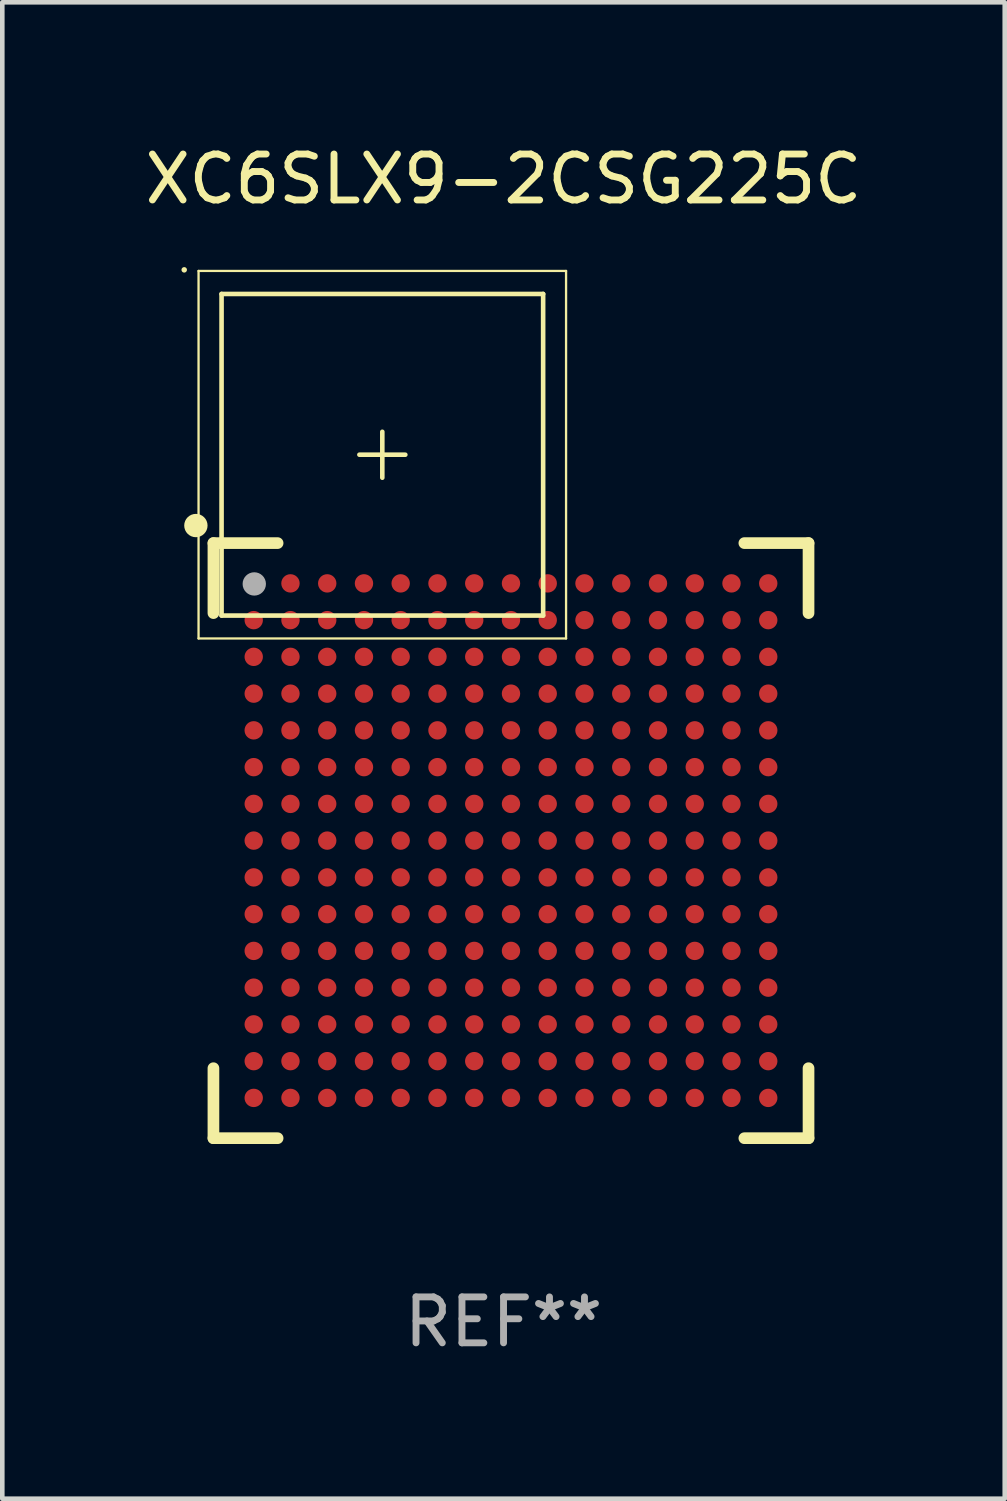
<source format=kicad_pcb>
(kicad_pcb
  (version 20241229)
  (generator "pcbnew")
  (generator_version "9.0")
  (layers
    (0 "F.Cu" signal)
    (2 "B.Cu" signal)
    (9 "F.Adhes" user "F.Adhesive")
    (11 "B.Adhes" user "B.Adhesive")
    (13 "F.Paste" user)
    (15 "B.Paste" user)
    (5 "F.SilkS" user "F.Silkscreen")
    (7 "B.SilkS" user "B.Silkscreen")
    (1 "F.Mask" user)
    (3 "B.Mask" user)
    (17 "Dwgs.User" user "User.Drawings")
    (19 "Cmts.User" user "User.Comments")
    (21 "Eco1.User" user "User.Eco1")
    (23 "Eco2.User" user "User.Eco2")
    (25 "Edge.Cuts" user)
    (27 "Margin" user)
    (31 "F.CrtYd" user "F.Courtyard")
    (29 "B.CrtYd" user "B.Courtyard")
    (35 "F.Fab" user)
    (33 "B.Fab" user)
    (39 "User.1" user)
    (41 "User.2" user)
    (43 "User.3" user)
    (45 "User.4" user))
  (footprint "XC6SLX9-2CSG225C"
    (layer "F.Cu")
    (at 7.911 12.287)
    (property "Reference" "XC6SLX9-2CSG225C" (at 0 -11.439 0) (layer "F.SilkS") (effects (font (size 1 1) (thickness 0.15))))
    (attr through_hole)
    (fp_line (start -6.639 -9.439) (end -6.639 -1.439) (stroke (width 0.05) (type solid)) (layer "F.SilkS"))
    (fp_line (start -6.639 -1.439) (end 1.361 -1.439) (stroke (width 0.05) (type solid)) (layer "F.SilkS"))
    (fp_line (start -6.315 -3.515) (end -4.918 -3.515) (stroke (width 0.254) (type solid)) (layer "F.SilkS"))
    (fp_line (start -6.315 -1.991) (end -6.315 -3.515) (stroke (width 0.254) (type solid)) (layer "F.SilkS"))
    (fp_line (start -6.315 7.915) (end -6.315 9.439) (stroke (width 0.254) (type solid)) (layer "F.SilkS"))
    (fp_line (start -6.315 9.439) (end -4.918 9.439) (stroke (width 0.254) (type solid)) (layer "F.SilkS"))
    (fp_line (start -6.138 -8.938) (end -6.138 -1.938) (stroke (width 0.1) (type solid)) (layer "F.SilkS"))
    (fp_line (start -6.138 -1.938) (end 0.862 -1.938) (stroke (width 0.1) (type solid)) (layer "F.SilkS"))
    (fp_line (start -3.138 -5.439) (end -2.138 -5.439) (stroke (width 0.1) (type solid)) (layer "F.SilkS"))
    (fp_line (start -2.639 -4.938) (end -2.639 -5.938) (stroke (width 0.1) (type solid)) (layer "F.SilkS"))
    (fp_line (start 0.862 -8.938) (end -6.138 -8.938) (stroke (width 0.1) (type solid)) (layer "F.SilkS"))
    (fp_line (start 0.862 -1.938) (end 0.862 -8.938) (stroke (width 0.1) (type solid)) (layer "F.SilkS"))
    (fp_line (start 1.361 -9.439) (end -6.639 -9.439) (stroke (width 0.05) (type solid)) (layer "F.SilkS"))
    (fp_line (start 1.361 -1.439) (end 1.361 -9.439) (stroke (width 0.05) (type solid)) (layer "F.SilkS"))
    (fp_line (start 6.639 -3.515) (end 5.242 -3.515) (stroke (width 0.254) (type solid)) (layer "F.SilkS"))
    (fp_line (start 6.639 -1.991) (end 6.639 -3.515) (stroke (width 0.254) (type solid)) (layer "F.SilkS"))
    (fp_line (start 6.639 7.915) (end 6.639 9.439) (stroke (width 0.254) (type solid)) (layer "F.SilkS"))
    (fp_line (start 6.639 9.439) (end 5.242 9.439) (stroke (width 0.254) (type solid)) (layer "F.SilkS"))
    (fp_circle (center -6.951 -9.463) (end -6.921 -9.463) (stroke (width 0.06) (type solid)) (fill no) (layer "F.SilkS"))
    (fp_circle (center -6.697 -3.897) (end -6.57 -3.897) (stroke (width 0.254) (type solid)) (fill no) (layer "F.SilkS"))
    (fp_circle (center -5.426 -2.626) (end -5.299 -2.626) (stroke (width 0.254) (type solid)) (fill no) (layer "F.Fab"))
    (fp_text user "REF**" (at 0 13.439 0) (layer "F.Fab") (effects (font (size 1 1) (thickness 0.15))))
    (pad "A1" smd circle (at -5.438 -2.638) (size 0.4 0.4) (layers "F.Cu" "F.Mask" "F.Paste"))
    (pad "A2" smd circle (at -4.638 -2.638) (size 0.4 0.4) (layers "F.Cu" "F.Mask" "F.Paste"))
    (pad "A3" smd circle (at -3.838 -2.638) (size 0.4 0.4) (layers "F.Cu" "F.Mask" "F.Paste"))
    (pad "A4" smd circle (at -3.038 -2.638) (size 0.4 0.4) (layers "F.Cu" "F.Mask" "F.Paste"))
    (pad "A5" smd circle (at -2.239 -2.638) (size 0.4 0.4) (layers "F.Cu" "F.Mask" "F.Paste"))
    (pad "A6" smd circle (at -1.438 -2.638) (size 0.4 0.4) (layers "F.Cu" "F.Mask" "F.Paste"))
    (pad "A7" smd circle (at -0.638 -2.638) (size 0.4 0.4) (layers "F.Cu" "F.Mask" "F.Paste"))
    (pad "A8" smd circle (at 0.162 -2.638) (size 0.4 0.4) (layers "F.Cu" "F.Mask" "F.Paste"))
    (pad "A9" smd circle (at 0.962 -2.638) (size 0.4 0.4) (layers "F.Cu" "F.Mask" "F.Paste"))
    (pad "A10" smd circle (at 1.762 -2.638) (size 0.4 0.4) (layers "F.Cu" "F.Mask" "F.Paste"))
    (pad "A11" smd circle (at 2.562 -2.638) (size 0.4 0.4) (layers "F.Cu" "F.Mask" "F.Paste"))
    (pad "A12" smd circle (at 3.362 -2.638) (size 0.4 0.4) (layers "F.Cu" "F.Mask" "F.Paste"))
    (pad "A13" smd circle (at 4.162 -2.638) (size 0.4 0.4) (layers "F.Cu" "F.Mask" "F.Paste"))
    (pad "A14" smd circle (at 4.962 -2.638) (size 0.4 0.4) (layers "F.Cu" "F.Mask" "F.Paste"))
    (pad "A15" smd circle (at 5.762 -2.638) (size 0.4 0.4) (layers "F.Cu" "F.Mask" "F.Paste"))
    (pad "B1" smd circle (at -5.438 -1.838) (size 0.4 0.4) (layers "F.Cu" "F.Mask" "F.Paste"))
    (pad "B2" smd circle (at -4.638 -1.838) (size 0.4 0.4) (layers "F.Cu" "F.Mask" "F.Paste"))
    (pad "B3" smd circle (at -3.838 -1.838) (size 0.4 0.4) (layers "F.Cu" "F.Mask" "F.Paste"))
    (pad "B4" smd circle (at -3.038 -1.838) (size 0.4 0.4) (layers "F.Cu" "F.Mask" "F.Paste"))
    (pad "B5" smd circle (at -2.239 -1.838) (size 0.4 0.4) (layers "F.Cu" "F.Mask" "F.Paste"))
    (pad "B6" smd circle (at -1.438 -1.838) (size 0.4 0.4) (layers "F.Cu" "F.Mask" "F.Paste"))
    (pad "B7" smd circle (at -0.638 -1.838) (size 0.4 0.4) (layers "F.Cu" "F.Mask" "F.Paste"))
    (pad "B8" smd circle (at 0.162 -1.838) (size 0.4 0.4) (layers "F.Cu" "F.Mask" "F.Paste"))
    (pad "B9" smd circle (at 0.962 -1.838) (size 0.4 0.4) (layers "F.Cu" "F.Mask" "F.Paste"))
    (pad "B10" smd circle (at 1.762 -1.838) (size 0.4 0.4) (layers "F.Cu" "F.Mask" "F.Paste"))
    (pad "B11" smd circle (at 2.562 -1.838) (size 0.4 0.4) (layers "F.Cu" "F.Mask" "F.Paste"))
    (pad "B12" smd circle (at 3.362 -1.838) (size 0.4 0.4) (layers "F.Cu" "F.Mask" "F.Paste"))
    (pad "B13" smd circle (at 4.162 -1.838) (size 0.4 0.4) (layers "F.Cu" "F.Mask" "F.Paste"))
    (pad "B14" smd circle (at 4.962 -1.838) (size 0.4 0.4) (layers "F.Cu" "F.Mask" "F.Paste"))
    (pad "B15" smd circle (at 5.762 -1.838) (size 0.4 0.4) (layers "F.Cu" "F.Mask" "F.Paste"))
    (pad "C1" smd circle (at -5.438 -1.039) (size 0.4 0.4) (layers "F.Cu" "F.Mask" "F.Paste"))
    (pad "C2" smd circle (at -4.638 -1.039) (size 0.4 0.4) (layers "F.Cu" "F.Mask" "F.Paste"))
    (pad "C3" smd circle (at -3.838 -1.039) (size 0.4 0.4) (layers "F.Cu" "F.Mask" "F.Paste"))
    (pad "C4" smd circle (at -3.038 -1.039) (size 0.4 0.4) (layers "F.Cu" "F.Mask" "F.Paste"))
    (pad "C5" smd circle (at -2.239 -1.039) (size 0.4 0.4) (layers "F.Cu" "F.Mask" "F.Paste"))
    (pad "C6" smd circle (at -1.438 -1.039) (size 0.4 0.4) (layers "F.Cu" "F.Mask" "F.Paste"))
    (pad "C7" smd circle (at -0.638 -1.039) (size 0.4 0.4) (layers "F.Cu" "F.Mask" "F.Paste"))
    (pad "C8" smd circle (at 0.162 -1.039) (size 0.4 0.4) (layers "F.Cu" "F.Mask" "F.Paste"))
    (pad "C9" smd circle (at 0.962 -1.039) (size 0.4 0.4) (layers "F.Cu" "F.Mask" "F.Paste"))
    (pad "C10" smd circle (at 1.762 -1.039) (size 0.4 0.4) (layers "F.Cu" "F.Mask" "F.Paste"))
    (pad "C11" smd circle (at 2.562 -1.039) (size 0.4 0.4) (layers "F.Cu" "F.Mask" "F.Paste"))
    (pad "C12" smd circle (at 3.362 -1.039) (size 0.4 0.4) (layers "F.Cu" "F.Mask" "F.Paste"))
    (pad "C13" smd circle (at 4.162 -1.039) (size 0.4 0.4) (layers "F.Cu" "F.Mask" "F.Paste"))
    (pad "C14" smd circle (at 4.962 -1.039) (size 0.4 0.4) (layers "F.Cu" "F.Mask" "F.Paste"))
    (pad "C15" smd circle (at 5.762 -1.039) (size 0.4 0.4) (layers "F.Cu" "F.Mask" "F.Paste"))
    (pad "D1" smd circle (at -5.438 -0.238) (size 0.4 0.4) (layers "F.Cu" "F.Mask" "F.Paste"))
    (pad "D2" smd circle (at -4.638 -0.238) (size 0.4 0.4) (layers "F.Cu" "F.Mask" "F.Paste"))
    (pad "D3" smd circle (at -3.838 -0.238) (size 0.4 0.4) (layers "F.Cu" "F.Mask" "F.Paste"))
    (pad "D4" smd circle (at -3.038 -0.238) (size 0.4 0.4) (layers "F.Cu" "F.Mask" "F.Paste"))
    (pad "D5" smd circle (at -2.239 -0.238) (size 0.4 0.4) (layers "F.Cu" "F.Mask" "F.Paste"))
    (pad "D6" smd circle (at -1.438 -0.238) (size 0.4 0.4) (layers "F.Cu" "F.Mask" "F.Paste"))
    (pad "D7" smd circle (at -0.638 -0.238) (size 0.4 0.4) (layers "F.Cu" "F.Mask" "F.Paste"))
    (pad "D8" smd circle (at 0.162 -0.238) (size 0.4 0.4) (layers "F.Cu" "F.Mask" "F.Paste"))
    (pad "D9" smd circle (at 0.962 -0.238) (size 0.4 0.4) (layers "F.Cu" "F.Mask" "F.Paste"))
    (pad "D10" smd circle (at 1.762 -0.238) (size 0.4 0.4) (layers "F.Cu" "F.Mask" "F.Paste"))
    (pad "D11" smd circle (at 2.562 -0.238) (size 0.4 0.4) (layers "F.Cu" "F.Mask" "F.Paste"))
    (pad "D12" smd circle (at 3.362 -0.238) (size 0.4 0.4) (layers "F.Cu" "F.Mask" "F.Paste"))
    (pad "D13" smd circle (at 4.162 -0.238) (size 0.4 0.4) (layers "F.Cu" "F.Mask" "F.Paste"))
    (pad "D14" smd circle (at 4.962 -0.238) (size 0.4 0.4) (layers "F.Cu" "F.Mask" "F.Paste"))
    (pad "D15" smd circle (at 5.762 -0.238) (size 0.4 0.4) (layers "F.Cu" "F.Mask" "F.Paste"))
    (pad "E1" smd circle (at -5.438 0.561) (size 0.4 0.4) (layers "F.Cu" "F.Mask" "F.Paste"))
    (pad "E2" smd circle (at -4.638 0.561) (size 0.4 0.4) (layers "F.Cu" "F.Mask" "F.Paste"))
    (pad "E3" smd circle (at -3.838 0.561) (size 0.4 0.4) (layers "F.Cu" "F.Mask" "F.Paste"))
    (pad "E4" smd circle (at -3.038 0.561) (size 0.4 0.4) (layers "F.Cu" "F.Mask" "F.Paste"))
    (pad "E5" smd circle (at -2.239 0.561) (size 0.4 0.4) (layers "F.Cu" "F.Mask" "F.Paste"))
    (pad "E6" smd circle (at -1.438 0.561) (size 0.4 0.4) (layers "F.Cu" "F.Mask" "F.Paste"))
    (pad "E7" smd circle (at -0.638 0.561) (size 0.4 0.4) (layers "F.Cu" "F.Mask" "F.Paste"))
    (pad "E8" smd circle (at 0.162 0.561) (size 0.4 0.4) (layers "F.Cu" "F.Mask" "F.Paste"))
    (pad "E9" smd circle (at 0.962 0.561) (size 0.4 0.4) (layers "F.Cu" "F.Mask" "F.Paste"))
    (pad "E10" smd circle (at 1.762 0.561) (size 0.4 0.4) (layers "F.Cu" "F.Mask" "F.Paste"))
    (pad "E11" smd circle (at 2.562 0.561) (size 0.4 0.4) (layers "F.Cu" "F.Mask" "F.Paste"))
    (pad "E12" smd circle (at 3.362 0.561) (size 0.4 0.4) (layers "F.Cu" "F.Mask" "F.Paste"))
    (pad "E13" smd circle (at 4.162 0.561) (size 0.4 0.4) (layers "F.Cu" "F.Mask" "F.Paste"))
    (pad "E14" smd circle (at 4.962 0.561) (size 0.4 0.4) (layers "F.Cu" "F.Mask" "F.Paste"))
    (pad "E15" smd circle (at 5.762 0.561) (size 0.4 0.4) (layers "F.Cu" "F.Mask" "F.Paste"))
    (pad "F1" smd circle (at -5.438 1.362) (size 0.4 0.4) (layers "F.Cu" "F.Mask" "F.Paste"))
    (pad "F2" smd circle (at -4.638 1.362) (size 0.4 0.4) (layers "F.Cu" "F.Mask" "F.Paste"))
    (pad "F3" smd circle (at -3.838 1.362) (size 0.4 0.4) (layers "F.Cu" "F.Mask" "F.Paste"))
    (pad "F4" smd circle (at -3.038 1.362) (size 0.4 0.4) (layers "F.Cu" "F.Mask" "F.Paste"))
    (pad "F5" smd circle (at -2.239 1.362) (size 0.4 0.4) (layers "F.Cu" "F.Mask" "F.Paste"))
    (pad "F6" smd circle (at -1.438 1.362) (size 0.4 0.4) (layers "F.Cu" "F.Mask" "F.Paste"))
    (pad "F7" smd circle (at -0.638 1.362) (size 0.4 0.4) (layers "F.Cu" "F.Mask" "F.Paste"))
    (pad "F8" smd circle (at 0.162 1.362) (size 0.4 0.4) (layers "F.Cu" "F.Mask" "F.Paste"))
    (pad "F9" smd circle (at 0.962 1.362) (size 0.4 0.4) (layers "F.Cu" "F.Mask" "F.Paste"))
    (pad "F10" smd circle (at 1.762 1.362) (size 0.4 0.4) (layers "F.Cu" "F.Mask" "F.Paste"))
    (pad "F11" smd circle (at 2.562 1.362) (size 0.4 0.4) (layers "F.Cu" "F.Mask" "F.Paste"))
    (pad "F12" smd circle (at 3.362 1.362) (size 0.4 0.4) (layers "F.Cu" "F.Mask" "F.Paste"))
    (pad "F13" smd circle (at 4.162 1.362) (size 0.4 0.4) (layers "F.Cu" "F.Mask" "F.Paste"))
    (pad "F14" smd circle (at 4.962 1.362) (size 0.4 0.4) (layers "F.Cu" "F.Mask" "F.Paste"))
    (pad "F15" smd circle (at 5.762 1.362) (size 0.4 0.4) (layers "F.Cu" "F.Mask" "F.Paste"))
    (pad "G1" smd circle (at -5.438 2.162) (size 0.4 0.4) (layers "F.Cu" "F.Mask" "F.Paste"))
    (pad "G2" smd circle (at -4.638 2.162) (size 0.4 0.4) (layers "F.Cu" "F.Mask" "F.Paste"))
    (pad "G3" smd circle (at -3.838 2.162) (size 0.4 0.4) (layers "F.Cu" "F.Mask" "F.Paste"))
    (pad "G4" smd circle (at -3.038 2.162) (size 0.4 0.4) (layers "F.Cu" "F.Mask" "F.Paste"))
    (pad "G5" smd circle (at -2.239 2.162) (size 0.4 0.4) (layers "F.Cu" "F.Mask" "F.Paste"))
    (pad "G6" smd circle (at -1.438 2.162) (size 0.4 0.4) (layers "F.Cu" "F.Mask" "F.Paste"))
    (pad "G7" smd circle (at -0.638 2.162) (size 0.4 0.4) (layers "F.Cu" "F.Mask" "F.Paste"))
    (pad "G8" smd circle (at 0.162 2.162) (size 0.4 0.4) (layers "F.Cu" "F.Mask" "F.Paste"))
    (pad "G9" smd circle (at 0.962 2.162) (size 0.4 0.4) (layers "F.Cu" "F.Mask" "F.Paste"))
    (pad "G10" smd circle (at 1.762 2.162) (size 0.4 0.4) (layers "F.Cu" "F.Mask" "F.Paste"))
    (pad "G11" smd circle (at 2.562 2.162) (size 0.4 0.4) (layers "F.Cu" "F.Mask" "F.Paste"))
    (pad "G12" smd circle (at 3.362 2.162) (size 0.4 0.4) (layers "F.Cu" "F.Mask" "F.Paste"))
    (pad "G13" smd circle (at 4.162 2.162) (size 0.4 0.4) (layers "F.Cu" "F.Mask" "F.Paste"))
    (pad "G14" smd circle (at 4.962 2.162) (size 0.4 0.4) (layers "F.Cu" "F.Mask" "F.Paste"))
    (pad "G15" smd circle (at 5.762 2.162) (size 0.4 0.4) (layers "F.Cu" "F.Mask" "F.Paste"))
    (pad "H1" smd circle (at -5.438 2.961) (size 0.4 0.4) (layers "F.Cu" "F.Mask" "F.Paste"))
    (pad "H2" smd circle (at -4.638 2.961) (size 0.4 0.4) (layers "F.Cu" "F.Mask" "F.Paste"))
    (pad "H3" smd circle (at -3.838 2.961) (size 0.4 0.4) (layers "F.Cu" "F.Mask" "F.Paste"))
    (pad "H4" smd circle (at -3.038 2.961) (size 0.4 0.4) (layers "F.Cu" "F.Mask" "F.Paste"))
    (pad "H5" smd circle (at -2.239 2.961) (size 0.4 0.4) (layers "F.Cu" "F.Mask" "F.Paste"))
    (pad "H6" smd circle (at -1.438 2.961) (size 0.4 0.4) (layers "F.Cu" "F.Mask" "F.Paste"))
    (pad "H7" smd circle (at -0.638 2.961) (size 0.4 0.4) (layers "F.Cu" "F.Mask" "F.Paste"))
    (pad "H8" smd circle (at 0.162 2.961) (size 0.4 0.4) (layers "F.Cu" "F.Mask" "F.Paste"))
    (pad "H9" smd circle (at 0.962 2.961) (size 0.4 0.4) (layers "F.Cu" "F.Mask" "F.Paste"))
    (pad "H10" smd circle (at 1.762 2.961) (size 0.4 0.4) (layers "F.Cu" "F.Mask" "F.Paste"))
    (pad "H11" smd circle (at 2.562 2.961) (size 0.4 0.4) (layers "F.Cu" "F.Mask" "F.Paste"))
    (pad "H12" smd circle (at 3.362 2.961) (size 0.4 0.4) (layers "F.Cu" "F.Mask" "F.Paste"))
    (pad "H13" smd circle (at 4.162 2.961) (size 0.4 0.4) (layers "F.Cu" "F.Mask" "F.Paste"))
    (pad "H14" smd circle (at 4.962 2.961) (size 0.4 0.4) (layers "F.Cu" "F.Mask" "F.Paste"))
    (pad "H15" smd circle (at 5.762 2.961) (size 0.4 0.4) (layers "F.Cu" "F.Mask" "F.Paste"))
    (pad "J1" smd circle (at -5.438 3.762) (size 0.4 0.4) (layers "F.Cu" "F.Mask" "F.Paste"))
    (pad "J2" smd circle (at -4.638 3.762) (size 0.4 0.4) (layers "F.Cu" "F.Mask" "F.Paste"))
    (pad "J3" smd circle (at -3.838 3.762) (size 0.4 0.4) (layers "F.Cu" "F.Mask" "F.Paste"))
    (pad "J4" smd circle (at -3.038 3.762) (size 0.4 0.4) (layers "F.Cu" "F.Mask" "F.Paste"))
    (pad "J5" smd circle (at -2.239 3.762) (size 0.4 0.4) (layers "F.Cu" "F.Mask" "F.Paste"))
    (pad "J6" smd circle (at -1.438 3.762) (size 0.4 0.4) (layers "F.Cu" "F.Mask" "F.Paste"))
    (pad "J7" smd circle (at -0.638 3.762) (size 0.4 0.4) (layers "F.Cu" "F.Mask" "F.Paste"))
    (pad "J8" smd circle (at 0.162 3.762) (size 0.4 0.4) (layers "F.Cu" "F.Mask" "F.Paste"))
    (pad "J9" smd circle (at 0.962 3.762) (size 0.4 0.4) (layers "F.Cu" "F.Mask" "F.Paste"))
    (pad "J10" smd circle (at 1.762 3.762) (size 0.4 0.4) (layers "F.Cu" "F.Mask" "F.Paste"))
    (pad "J11" smd circle (at 2.562 3.762) (size 0.4 0.4) (layers "F.Cu" "F.Mask" "F.Paste"))
    (pad "J12" smd circle (at 3.362 3.762) (size 0.4 0.4) (layers "F.Cu" "F.Mask" "F.Paste"))
    (pad "J13" smd circle (at 4.162 3.762) (size 0.4 0.4) (layers "F.Cu" "F.Mask" "F.Paste"))
    (pad "J14" smd circle (at 4.962 3.762) (size 0.4 0.4) (layers "F.Cu" "F.Mask" "F.Paste"))
    (pad "J15" smd circle (at 5.762 3.762) (size 0.4 0.4) (layers "F.Cu" "F.Mask" "F.Paste"))
    (pad "K1" smd circle (at -5.438 4.562) (size 0.4 0.4) (layers "F.Cu" "F.Mask" "F.Paste"))
    (pad "K2" smd circle (at -4.638 4.562) (size 0.4 0.4) (layers "F.Cu" "F.Mask" "F.Paste"))
    (pad "K3" smd circle (at -3.838 4.562) (size 0.4 0.4) (layers "F.Cu" "F.Mask" "F.Paste"))
    (pad "K4" smd circle (at -3.038 4.562) (size 0.4 0.4) (layers "F.Cu" "F.Mask" "F.Paste"))
    (pad "K5" smd circle (at -2.239 4.562) (size 0.4 0.4) (layers "F.Cu" "F.Mask" "F.Paste"))
    (pad "K6" smd circle (at -1.438 4.562) (size 0.4 0.4) (layers "F.Cu" "F.Mask" "F.Paste"))
    (pad "K7" smd circle (at -0.638 4.562) (size 0.4 0.4) (layers "F.Cu" "F.Mask" "F.Paste"))
    (pad "K8" smd circle (at 0.162 4.562) (size 0.4 0.4) (layers "F.Cu" "F.Mask" "F.Paste"))
    (pad "K9" smd circle (at 0.962 4.562) (size 0.4 0.4) (layers "F.Cu" "F.Mask" "F.Paste"))
    (pad "K10" smd circle (at 1.762 4.562) (size 0.4 0.4) (layers "F.Cu" "F.Mask" "F.Paste"))
    (pad "K11" smd circle (at 2.562 4.562) (size 0.4 0.4) (layers "F.Cu" "F.Mask" "F.Paste"))
    (pad "K12" smd circle (at 3.362 4.562) (size 0.4 0.4) (layers "F.Cu" "F.Mask" "F.Paste"))
    (pad "K13" smd circle (at 4.162 4.562) (size 0.4 0.4) (layers "F.Cu" "F.Mask" "F.Paste"))
    (pad "K14" smd circle (at 4.962 4.562) (size 0.4 0.4) (layers "F.Cu" "F.Mask" "F.Paste"))
    (pad "K15" smd circle (at 5.762 4.562) (size 0.4 0.4) (layers "F.Cu" "F.Mask" "F.Paste"))
    (pad "L1" smd circle (at -5.438 5.362) (size 0.4 0.4) (layers "F.Cu" "F.Mask" "F.Paste"))
    (pad "L2" smd circle (at -4.638 5.362) (size 0.4 0.4) (layers "F.Cu" "F.Mask" "F.Paste"))
    (pad "L3" smd circle (at -3.838 5.362) (size 0.4 0.4) (layers "F.Cu" "F.Mask" "F.Paste"))
    (pad "L4" smd circle (at -3.038 5.362) (size 0.4 0.4) (layers "F.Cu" "F.Mask" "F.Paste"))
    (pad "L5" smd circle (at -2.239 5.362) (size 0.4 0.4) (layers "F.Cu" "F.Mask" "F.Paste"))
    (pad "L6" smd circle (at -1.438 5.362) (size 0.4 0.4) (layers "F.Cu" "F.Mask" "F.Paste"))
    (pad "L7" smd circle (at -0.638 5.362) (size 0.4 0.4) (layers "F.Cu" "F.Mask" "F.Paste"))
    (pad "L8" smd circle (at 0.162 5.362) (size 0.4 0.4) (layers "F.Cu" "F.Mask" "F.Paste"))
    (pad "L9" smd circle (at 0.962 5.362) (size 0.4 0.4) (layers "F.Cu" "F.Mask" "F.Paste"))
    (pad "L10" smd circle (at 1.762 5.362) (size 0.4 0.4) (layers "F.Cu" "F.Mask" "F.Paste"))
    (pad "L11" smd circle (at 2.562 5.362) (size 0.4 0.4) (layers "F.Cu" "F.Mask" "F.Paste"))
    (pad "L12" smd circle (at 3.362 5.362) (size 0.4 0.4) (layers "F.Cu" "F.Mask" "F.Paste"))
    (pad "L13" smd circle (at 4.162 5.362) (size 0.4 0.4) (layers "F.Cu" "F.Mask" "F.Paste"))
    (pad "L14" smd circle (at 4.962 5.362) (size 0.4 0.4) (layers "F.Cu" "F.Mask" "F.Paste"))
    (pad "L15" smd circle (at 5.762 5.362) (size 0.4 0.4) (layers "F.Cu" "F.Mask" "F.Paste"))
    (pad "M1" smd circle (at -5.438 6.162) (size 0.4 0.4) (layers "F.Cu" "F.Mask" "F.Paste"))
    (pad "M2" smd circle (at -4.638 6.162) (size 0.4 0.4) (layers "F.Cu" "F.Mask" "F.Paste"))
    (pad "M3" smd circle (at -3.838 6.162) (size 0.4 0.4) (layers "F.Cu" "F.Mask" "F.Paste"))
    (pad "M4" smd circle (at -3.038 6.162) (size 0.4 0.4) (layers "F.Cu" "F.Mask" "F.Paste"))
    (pad "M5" smd circle (at -2.239 6.162) (size 0.4 0.4) (layers "F.Cu" "F.Mask" "F.Paste"))
    (pad "M6" smd circle (at -1.438 6.162) (size 0.4 0.4) (layers "F.Cu" "F.Mask" "F.Paste"))
    (pad "M7" smd circle (at -0.638 6.162) (size 0.4 0.4) (layers "F.Cu" "F.Mask" "F.Paste"))
    (pad "M8" smd circle (at 0.162 6.162) (size 0.4 0.4) (layers "F.Cu" "F.Mask" "F.Paste"))
    (pad "M9" smd circle (at 0.962 6.162) (size 0.4 0.4) (layers "F.Cu" "F.Mask" "F.Paste"))
    (pad "M10" smd circle (at 1.762 6.162) (size 0.4 0.4) (layers "F.Cu" "F.Mask" "F.Paste"))
    (pad "M11" smd circle (at 2.562 6.162) (size 0.4 0.4) (layers "F.Cu" "F.Mask" "F.Paste"))
    (pad "M12" smd circle (at 3.362 6.162) (size 0.4 0.4) (layers "F.Cu" "F.Mask" "F.Paste"))
    (pad "M13" smd circle (at 4.162 6.162) (size 0.4 0.4) (layers "F.Cu" "F.Mask" "F.Paste"))
    (pad "M14" smd circle (at 4.962 6.162) (size 0.4 0.4) (layers "F.Cu" "F.Mask" "F.Paste"))
    (pad "M15" smd circle (at 5.762 6.162) (size 0.4 0.4) (layers "F.Cu" "F.Mask" "F.Paste"))
    (pad "N1" smd circle (at -5.438 6.961) (size 0.4 0.4) (layers "F.Cu" "F.Mask" "F.Paste"))
    (pad "N2" smd circle (at -4.638 6.961) (size 0.4 0.4) (layers "F.Cu" "F.Mask" "F.Paste"))
    (pad "N3" smd circle (at -3.838 6.961) (size 0.4 0.4) (layers "F.Cu" "F.Mask" "F.Paste"))
    (pad "N4" smd circle (at -3.038 6.961) (size 0.4 0.4) (layers "F.Cu" "F.Mask" "F.Paste"))
    (pad "N5" smd circle (at -2.239 6.961) (size 0.4 0.4) (layers "F.Cu" "F.Mask" "F.Paste"))
    (pad "N6" smd circle (at -1.438 6.961) (size 0.4 0.4) (layers "F.Cu" "F.Mask" "F.Paste"))
    (pad "N7" smd circle (at -0.638 6.961) (size 0.4 0.4) (layers "F.Cu" "F.Mask" "F.Paste"))
    (pad "N8" smd circle (at 0.162 6.961) (size 0.4 0.4) (layers "F.Cu" "F.Mask" "F.Paste"))
    (pad "N9" smd circle (at 0.962 6.961) (size 0.4 0.4) (layers "F.Cu" "F.Mask" "F.Paste"))
    (pad "N10" smd circle (at 1.762 6.961) (size 0.4 0.4) (layers "F.Cu" "F.Mask" "F.Paste"))
    (pad "N11" smd circle (at 2.562 6.961) (size 0.4 0.4) (layers "F.Cu" "F.Mask" "F.Paste"))
    (pad "N12" smd circle (at 3.362 6.961) (size 0.4 0.4) (layers "F.Cu" "F.Mask" "F.Paste"))
    (pad "N13" smd circle (at 4.162 6.961) (size 0.4 0.4) (layers "F.Cu" "F.Mask" "F.Paste"))
    (pad "N14" smd circle (at 4.962 6.961) (size 0.4 0.4) (layers "F.Cu" "F.Mask" "F.Paste"))
    (pad "N15" smd circle (at 5.762 6.961) (size 0.4 0.4) (layers "F.Cu" "F.Mask" "F.Paste"))
    (pad "P1" smd circle (at -5.438 7.762) (size 0.4 0.4) (layers "F.Cu" "F.Mask" "F.Paste"))
    (pad "P2" smd circle (at -4.638 7.762) (size 0.4 0.4) (layers "F.Cu" "F.Mask" "F.Paste"))
    (pad "P3" smd circle (at -3.838 7.762) (size 0.4 0.4) (layers "F.Cu" "F.Mask" "F.Paste"))
    (pad "P4" smd circle (at -3.038 7.762) (size 0.4 0.4) (layers "F.Cu" "F.Mask" "F.Paste"))
    (pad "P5" smd circle (at -2.239 7.762) (size 0.4 0.4) (layers "F.Cu" "F.Mask" "F.Paste"))
    (pad "P6" smd circle (at -1.438 7.762) (size 0.4 0.4) (layers "F.Cu" "F.Mask" "F.Paste"))
    (pad "P7" smd circle (at -0.638 7.762) (size 0.4 0.4) (layers "F.Cu" "F.Mask" "F.Paste"))
    (pad "P8" smd circle (at 0.162 7.762) (size 0.4 0.4) (layers "F.Cu" "F.Mask" "F.Paste"))
    (pad "P9" smd circle (at 0.962 7.762) (size 0.4 0.4) (layers "F.Cu" "F.Mask" "F.Paste"))
    (pad "P10" smd circle (at 1.762 7.762) (size 0.4 0.4) (layers "F.Cu" "F.Mask" "F.Paste"))
    (pad "P11" smd circle (at 2.562 7.762) (size 0.4 0.4) (layers "F.Cu" "F.Mask" "F.Paste"))
    (pad "P12" smd circle (at 3.362 7.762) (size 0.4 0.4) (layers "F.Cu" "F.Mask" "F.Paste"))
    (pad "P13" smd circle (at 4.162 7.762) (size 0.4 0.4) (layers "F.Cu" "F.Mask" "F.Paste"))
    (pad "P14" smd circle (at 4.962 7.762) (size 0.4 0.4) (layers "F.Cu" "F.Mask" "F.Paste"))
    (pad "P15" smd circle (at 5.762 7.762) (size 0.4 0.4) (layers "F.Cu" "F.Mask" "F.Paste"))
    (pad "R1" smd circle (at -5.438 8.562) (size 0.4 0.4) (layers "F.Cu" "F.Mask" "F.Paste"))
    (pad "R2" smd circle (at -4.638 8.562) (size 0.4 0.4) (layers "F.Cu" "F.Mask" "F.Paste"))
    (pad "R3" smd circle (at -3.838 8.562) (size 0.4 0.4) (layers "F.Cu" "F.Mask" "F.Paste"))
    (pad "R4" smd circle (at -3.038 8.562) (size 0.4 0.4) (layers "F.Cu" "F.Mask" "F.Paste"))
    (pad "R5" smd circle (at -2.239 8.562) (size 0.4 0.4) (layers "F.Cu" "F.Mask" "F.Paste"))
    (pad "R6" smd circle (at -1.438 8.562) (size 0.4 0.4) (layers "F.Cu" "F.Mask" "F.Paste"))
    (pad "R7" smd circle (at -0.638 8.562) (size 0.4 0.4) (layers "F.Cu" "F.Mask" "F.Paste"))
    (pad "R8" smd circle (at 0.162 8.562) (size 0.4 0.4) (layers "F.Cu" "F.Mask" "F.Paste"))
    (pad "R9" smd circle (at 0.962 8.562) (size 0.4 0.4) (layers "F.Cu" "F.Mask" "F.Paste"))
    (pad "R10" smd circle (at 1.762 8.562) (size 0.4 0.4) (layers "F.Cu" "F.Mask" "F.Paste"))
    (pad "R11" smd circle (at 2.562 8.562) (size 0.4 0.4) (layers "F.Cu" "F.Mask" "F.Paste"))
    (pad "R12" smd circle (at 3.362 8.562) (size 0.4 0.4) (layers "F.Cu" "F.Mask" "F.Paste"))
    (pad "R13" smd circle (at 4.162 8.562) (size 0.4 0.4) (layers "F.Cu" "F.Mask" "F.Paste"))
    (pad "R14" smd circle (at 4.962 8.562) (size 0.4 0.4) (layers "F.Cu" "F.Mask" "F.Paste"))
    (pad "R15" smd circle (at 5.762 8.562) (size 0.4 0.4) (layers "F.Cu" "F.Mask" "F.Paste")))
  (gr_rect
    (start -3 -3)
    (end 18.821 29.574)
    (stroke (width 0.1) (type default))
    (fill no)
    (layer "Edge.Cuts")))
</source>
